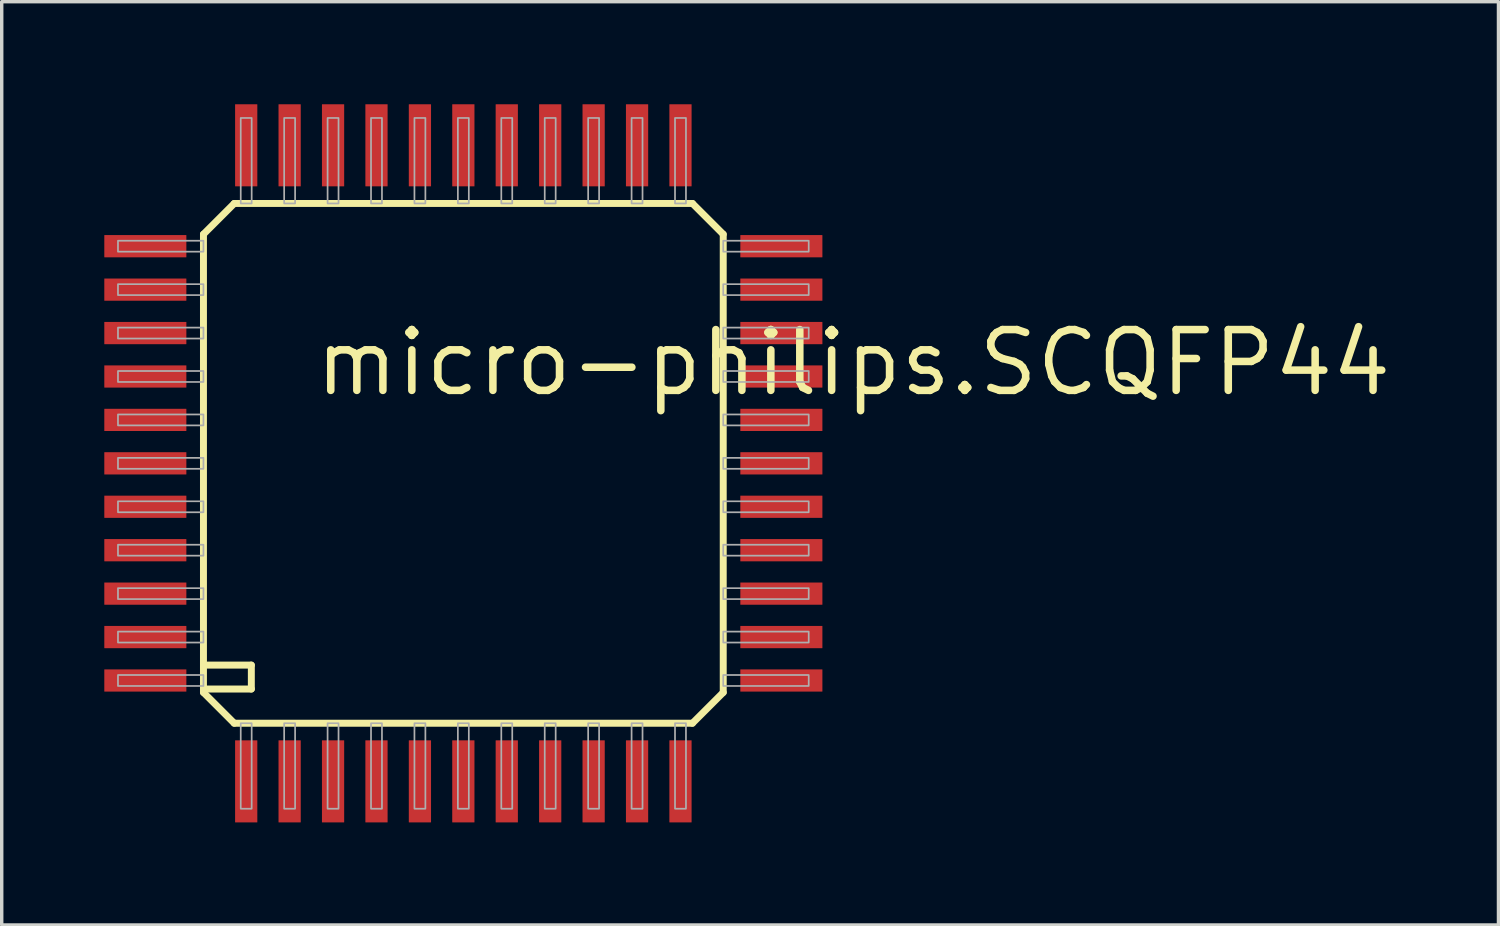
<source format=kicad_pcb>
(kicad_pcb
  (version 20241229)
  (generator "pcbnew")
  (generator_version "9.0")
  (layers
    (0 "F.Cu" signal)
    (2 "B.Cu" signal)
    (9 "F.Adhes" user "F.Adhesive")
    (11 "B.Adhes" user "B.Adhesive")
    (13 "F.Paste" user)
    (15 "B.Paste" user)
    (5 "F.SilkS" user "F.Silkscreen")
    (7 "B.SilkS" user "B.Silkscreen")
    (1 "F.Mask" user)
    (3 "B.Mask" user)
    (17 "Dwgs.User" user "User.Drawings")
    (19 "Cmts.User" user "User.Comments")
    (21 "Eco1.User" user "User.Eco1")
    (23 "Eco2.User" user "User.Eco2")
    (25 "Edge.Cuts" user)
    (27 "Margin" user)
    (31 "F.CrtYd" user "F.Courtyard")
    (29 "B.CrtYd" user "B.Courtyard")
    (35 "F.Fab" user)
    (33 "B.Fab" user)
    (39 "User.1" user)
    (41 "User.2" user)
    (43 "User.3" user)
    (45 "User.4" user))
  (footprint "micro-philips.SCQFP44"
    (layer "F.Cu")
    (at 10.5 10.5)
    (property "Reference" "micro-philips.SCQFP44" (at -4.445 -1.905 0) (layer "F.SilkS") (effects (font (size 1.778 1.778) (thickness 0.22)) (justify left bottom)))
    (attr smd)
    (fp_line (start -7.6 -6.7) (end -7.6 6.6) (stroke (width 0.203) (type default)) (layer "F.SilkS"))
    (fp_line (start -7.6 -6.7) (end -6.7 -7.6) (stroke (width 0.203) (type default)) (layer "F.SilkS"))
    (fp_line (start -7.6 6.6) (end -7.6 6.7) (stroke (width 0.203) (type default)) (layer "F.SilkS"))
    (fp_line (start -7.6 6.6) (end -6.2 6.6) (stroke (width 0.203) (type default)) (layer "F.SilkS"))
    (fp_line (start -7.6 6.7) (end -6.7 7.6) (stroke (width 0.203) (type default)) (layer "F.SilkS"))
    (fp_line (start -6.7 7.6) (end 6.7 7.6) (stroke (width 0.203) (type default)) (layer "F.SilkS"))
    (fp_line (start -6.2 5.9) (end -7.5 5.9) (stroke (width 0.203) (type default)) (layer "F.SilkS"))
    (fp_line (start -6.2 6.6) (end -6.2 5.9) (stroke (width 0.203) (type default)) (layer "F.SilkS"))
    (fp_line (start 6.7 -7.6) (end -6.7 -7.6) (stroke (width 0.203) (type default)) (layer "F.SilkS"))
    (fp_line (start 6.7 -7.6) (end 7.6 -6.7) (stroke (width 0.203) (type default)) (layer "F.SilkS"))
    (fp_line (start 6.7 7.6) (end 7.6 6.7) (stroke (width 0.203) (type default)) (layer "F.SilkS"))
    (fp_line (start 7.6 6.7) (end 7.6 -6.7) (stroke (width 0.203) (type default)) (layer "F.SilkS"))
    (fp_rect (start -10.1 -6.19) (end -7.6 -6.51) (stroke (width 0.05) (type default)) (fill no) (layer "F.Fab"))
    (fp_rect (start -10.1 -4.92) (end -7.6 -5.24) (stroke (width 0.05) (type default)) (fill no) (layer "F.Fab"))
    (fp_rect (start -10.1 -3.65) (end -7.6 -3.97) (stroke (width 0.05) (type default)) (fill no) (layer "F.Fab"))
    (fp_rect (start -10.1 -2.38) (end -7.6 -2.7) (stroke (width 0.05) (type default)) (fill no) (layer "F.Fab"))
    (fp_rect (start -10.1 -1.11) (end -7.6 -1.43) (stroke (width 0.05) (type default)) (fill no) (layer "F.Fab"))
    (fp_rect (start -10.1 0.16) (end -7.6 -0.16) (stroke (width 0.05) (type default)) (fill no) (layer "F.Fab"))
    (fp_rect (start -10.1 1.43) (end -7.6 1.11) (stroke (width 0.05) (type default)) (fill no) (layer "F.Fab"))
    (fp_rect (start -10.1 2.7) (end -7.6 2.38) (stroke (width 0.05) (type default)) (fill no) (layer "F.Fab"))
    (fp_rect (start -10.1 3.97) (end -7.6 3.65) (stroke (width 0.05) (type default)) (fill no) (layer "F.Fab"))
    (fp_rect (start -10.1 5.24) (end -7.6 4.92) (stroke (width 0.05) (type default)) (fill no) (layer "F.Fab"))
    (fp_rect (start -10.1 6.51) (end -7.6 6.19) (stroke (width 0.05) (type default)) (fill no) (layer "F.Fab"))
    (fp_rect (start -6.51 -7.6) (end -6.19 -10.1) (stroke (width 0.05) (type default)) (fill no) (layer "F.Fab"))
    (fp_rect (start -6.51 10.1) (end -6.19 7.6) (stroke (width 0.05) (type default)) (fill no) (layer "F.Fab"))
    (fp_rect (start -5.24 -7.6) (end -4.92 -10.1) (stroke (width 0.05) (type default)) (fill no) (layer "F.Fab"))
    (fp_rect (start -5.24 10.1) (end -4.92 7.6) (stroke (width 0.05) (type default)) (fill no) (layer "F.Fab"))
    (fp_rect (start -3.97 -7.6) (end -3.65 -10.1) (stroke (width 0.05) (type default)) (fill no) (layer "F.Fab"))
    (fp_rect (start -3.97 10.1) (end -3.65 7.6) (stroke (width 0.05) (type default)) (fill no) (layer "F.Fab"))
    (fp_rect (start -2.7 -7.6) (end -2.38 -10.1) (stroke (width 0.05) (type default)) (fill no) (layer "F.Fab"))
    (fp_rect (start -2.7 10.1) (end -2.38 7.6) (stroke (width 0.05) (type default)) (fill no) (layer "F.Fab"))
    (fp_rect (start -1.43 -7.6) (end -1.11 -10.1) (stroke (width 0.05) (type default)) (fill no) (layer "F.Fab"))
    (fp_rect (start -1.43 10.1) (end -1.11 7.6) (stroke (width 0.05) (type default)) (fill no) (layer "F.Fab"))
    (fp_rect (start -0.16 -7.6) (end 0.16 -10.1) (stroke (width 0.05) (type default)) (fill no) (layer "F.Fab"))
    (fp_rect (start -0.16 10.1) (end 0.16 7.6) (stroke (width 0.05) (type default)) (fill no) (layer "F.Fab"))
    (fp_rect (start 1.11 -7.6) (end 1.43 -10.1) (stroke (width 0.05) (type default)) (fill no) (layer "F.Fab"))
    (fp_rect (start 1.11 10.1) (end 1.43 7.6) (stroke (width 0.05) (type default)) (fill no) (layer "F.Fab"))
    (fp_rect (start 2.38 -7.6) (end 2.7 -10.1) (stroke (width 0.05) (type default)) (fill no) (layer "F.Fab"))
    (fp_rect (start 2.38 10.1) (end 2.7 7.6) (stroke (width 0.05) (type default)) (fill no) (layer "F.Fab"))
    (fp_rect (start 3.65 -7.6) (end 3.97 -10.1) (stroke (width 0.05) (type default)) (fill no) (layer "F.Fab"))
    (fp_rect (start 3.65 10.1) (end 3.97 7.6) (stroke (width 0.05) (type default)) (fill no) (layer "F.Fab"))
    (fp_rect (start 4.92 -7.6) (end 5.24 -10.1) (stroke (width 0.05) (type default)) (fill no) (layer "F.Fab"))
    (fp_rect (start 4.92 10.1) (end 5.24 7.6) (stroke (width 0.05) (type default)) (fill no) (layer "F.Fab"))
    (fp_rect (start 6.19 -7.6) (end 6.51 -10.1) (stroke (width 0.05) (type default)) (fill no) (layer "F.Fab"))
    (fp_rect (start 6.19 10.1) (end 6.51 7.6) (stroke (width 0.05) (type default)) (fill no) (layer "F.Fab"))
    (fp_rect (start 7.6 -6.19) (end 10.1 -6.51) (stroke (width 0.05) (type default)) (fill no) (layer "F.Fab"))
    (fp_rect (start 7.6 -4.92) (end 10.1 -5.24) (stroke (width 0.05) (type default)) (fill no) (layer "F.Fab"))
    (fp_rect (start 7.6 -3.65) (end 10.1 -3.97) (stroke (width 0.05) (type default)) (fill no) (layer "F.Fab"))
    (fp_rect (start 7.6 -2.38) (end 10.1 -2.7) (stroke (width 0.05) (type default)) (fill no) (layer "F.Fab"))
    (fp_rect (start 7.6 -1.11) (end 10.1 -1.43) (stroke (width 0.05) (type default)) (fill no) (layer "F.Fab"))
    (fp_rect (start 7.6 0.16) (end 10.1 -0.16) (stroke (width 0.05) (type default)) (fill no) (layer "F.Fab"))
    (fp_rect (start 7.6 1.43) (end 10.1 1.11) (stroke (width 0.05) (type default)) (fill no) (layer "F.Fab"))
    (fp_rect (start 7.6 2.7) (end 10.1 2.38) (stroke (width 0.05) (type default)) (fill no) (layer "F.Fab"))
    (fp_rect (start 7.6 3.97) (end 10.1 3.65) (stroke (width 0.05) (type default)) (fill no) (layer "F.Fab"))
    (fp_rect (start 7.6 5.24) (end 10.1 4.92) (stroke (width 0.05) (type default)) (fill no) (layer "F.Fab"))
    (fp_rect (start 7.6 6.51) (end 10.1 6.19) (stroke (width 0.05) (type default)) (fill no) (layer "F.Fab"))
    (pad "1" smd roundrect (at -6.35 9.3) (size 0.65 2.4) (layers "F.Cu" "F.Mask" "F.Paste") (roundrect_rratio 0.01))
    (pad "2" smd roundrect (at -5.08 9.3) (size 0.65 2.4) (layers "F.Cu" "F.Mask" "F.Paste") (roundrect_rratio 0.01))
    (pad "3" smd roundrect (at -3.81 9.3) (size 0.65 2.4) (layers "F.Cu" "F.Mask" "F.Paste") (roundrect_rratio 0.01))
    (pad "4" smd roundrect (at -2.54 9.3) (size 0.65 2.4) (layers "F.Cu" "F.Mask" "F.Paste") (roundrect_rratio 0.01))
    (pad "5" smd roundrect (at -1.27 9.3) (size 0.65 2.4) (layers "F.Cu" "F.Mask" "F.Paste") (roundrect_rratio 0.01))
    (pad "6" smd roundrect (at 0 9.3) (size 0.65 2.4) (layers "F.Cu" "F.Mask" "F.Paste") (roundrect_rratio 0.01))
    (pad "7" smd roundrect (at 1.27 9.3) (size 0.65 2.4) (layers "F.Cu" "F.Mask" "F.Paste") (roundrect_rratio 0.01))
    (pad "8" smd roundrect (at 2.54 9.3) (size 0.65 2.4) (layers "F.Cu" "F.Mask" "F.Paste") (roundrect_rratio 0.01))
    (pad "9" smd roundrect (at 3.81 9.3) (size 0.65 2.4) (layers "F.Cu" "F.Mask" "F.Paste") (roundrect_rratio 0.01))
    (pad "10" smd roundrect (at 5.08 9.3) (size 0.65 2.4) (layers "F.Cu" "F.Mask" "F.Paste") (roundrect_rratio 0.01))
    (pad "11" smd roundrect (at 6.35 9.3) (size 0.65 2.4) (layers "F.Cu" "F.Mask" "F.Paste") (roundrect_rratio 0.01))
    (pad "12" smd roundrect (at 9.3 6.35) (size 2.4 0.65) (layers "F.Cu" "F.Mask" "F.Paste") (roundrect_rratio 0.01))
    (pad "13" smd roundrect (at 9.3 5.08) (size 2.4 0.65) (layers "F.Cu" "F.Mask" "F.Paste") (roundrect_rratio 0.01))
    (pad "14" smd roundrect (at 9.3 3.81) (size 2.4 0.65) (layers "F.Cu" "F.Mask" "F.Paste") (roundrect_rratio 0.01))
    (pad "15" smd roundrect (at 9.3 2.54) (size 2.4 0.65) (layers "F.Cu" "F.Mask" "F.Paste") (roundrect_rratio 0.01))
    (pad "16" smd roundrect (at 9.3 1.27) (size 2.4 0.65) (layers "F.Cu" "F.Mask" "F.Paste") (roundrect_rratio 0.01))
    (pad "17" smd roundrect (at 9.3 0) (size 2.4 0.65) (layers "F.Cu" "F.Mask" "F.Paste") (roundrect_rratio 0.01))
    (pad "18" smd roundrect (at 9.3 -1.27) (size 2.4 0.65) (layers "F.Cu" "F.Mask" "F.Paste") (roundrect_rratio 0.01))
    (pad "19" smd roundrect (at 9.3 -2.54) (size 2.4 0.65) (layers "F.Cu" "F.Mask" "F.Paste") (roundrect_rratio 0.01))
    (pad "20" smd roundrect (at 9.3 -3.81) (size 2.4 0.65) (layers "F.Cu" "F.Mask" "F.Paste") (roundrect_rratio 0.01))
    (pad "21" smd roundrect (at 9.3 -5.08) (size 2.4 0.65) (layers "F.Cu" "F.Mask" "F.Paste") (roundrect_rratio 0.01))
    (pad "22" smd roundrect (at 9.3 -6.35) (size 2.4 0.65) (layers "F.Cu" "F.Mask" "F.Paste") (roundrect_rratio 0.01))
    (pad "23" smd roundrect (at 6.35 -9.3) (size 0.65 2.4) (layers "F.Cu" "F.Mask" "F.Paste") (roundrect_rratio 0.01))
    (pad "24" smd roundrect (at 5.08 -9.3) (size 0.65 2.4) (layers "F.Cu" "F.Mask" "F.Paste") (roundrect_rratio 0.01))
    (pad "25" smd roundrect (at 3.81 -9.3) (size 0.65 2.4) (layers "F.Cu" "F.Mask" "F.Paste") (roundrect_rratio 0.01))
    (pad "26" smd roundrect (at 2.54 -9.3) (size 0.65 2.4) (layers "F.Cu" "F.Mask" "F.Paste") (roundrect_rratio 0.01))
    (pad "27" smd roundrect (at 1.27 -9.3) (size 0.65 2.4) (layers "F.Cu" "F.Mask" "F.Paste") (roundrect_rratio 0.01))
    (pad "28" smd roundrect (at 0 -9.3) (size 0.65 2.4) (layers "F.Cu" "F.Mask" "F.Paste") (roundrect_rratio 0.01))
    (pad "29" smd roundrect (at -1.27 -9.3) (size 0.65 2.4) (layers "F.Cu" "F.Mask" "F.Paste") (roundrect_rratio 0.01))
    (pad "30" smd roundrect (at -2.54 -9.3) (size 0.65 2.4) (layers "F.Cu" "F.Mask" "F.Paste") (roundrect_rratio 0.01))
    (pad "31" smd roundrect (at -3.81 -9.3) (size 0.65 2.4) (layers "F.Cu" "F.Mask" "F.Paste") (roundrect_rratio 0.01))
    (pad "32" smd roundrect (at -5.08 -9.3) (size 0.65 2.4) (layers "F.Cu" "F.Mask" "F.Paste") (roundrect_rratio 0.01))
    (pad "33" smd roundrect (at -6.35 -9.3) (size 0.65 2.4) (layers "F.Cu" "F.Mask" "F.Paste") (roundrect_rratio 0.01))
    (pad "34" smd roundrect (at -9.3 -6.35) (size 2.4 0.65) (layers "F.Cu" "F.Mask" "F.Paste") (roundrect_rratio 0.01))
    (pad "35" smd roundrect (at -9.3 -5.08) (size 2.4 0.65) (layers "F.Cu" "F.Mask" "F.Paste") (roundrect_rratio 0.01))
    (pad "36" smd roundrect (at -9.3 -3.81) (size 2.4 0.65) (layers "F.Cu" "F.Mask" "F.Paste") (roundrect_rratio 0.01))
    (pad "37" smd roundrect (at -9.3 -2.54) (size 2.4 0.65) (layers "F.Cu" "F.Mask" "F.Paste") (roundrect_rratio 0.01))
    (pad "38" smd roundrect (at -9.3 -1.27) (size 2.4 0.65) (layers "F.Cu" "F.Mask" "F.Paste") (roundrect_rratio 0.01))
    (pad "39" smd roundrect (at -9.3 0) (size 2.4 0.65) (layers "F.Cu" "F.Mask" "F.Paste") (roundrect_rratio 0.01))
    (pad "40" smd roundrect (at -9.3 1.27) (size 2.4 0.65) (layers "F.Cu" "F.Mask" "F.Paste") (roundrect_rratio 0.01))
    (pad "41" smd roundrect (at -9.3 2.54) (size 2.4 0.65) (layers "F.Cu" "F.Mask" "F.Paste") (roundrect_rratio 0.01))
    (pad "42" smd roundrect (at -9.3 3.81) (size 2.4 0.65) (layers "F.Cu" "F.Mask" "F.Paste") (roundrect_rratio 0.01))
    (pad "43" smd roundrect (at -9.3 5.08) (size 2.4 0.65) (layers "F.Cu" "F.Mask" "F.Paste") (roundrect_rratio 0.01))
    (pad "44" smd roundrect (at -9.3 6.35) (size 2.4 0.65) (layers "F.Cu" "F.Mask" "F.Paste") (roundrect_rratio 0.01)))
  (gr_rect
    (start -3 -3)
    (end 40.771 24)
    (stroke (width 0.1) (type default))
    (fill no)
    (layer "Edge.Cuts")))
</source>
